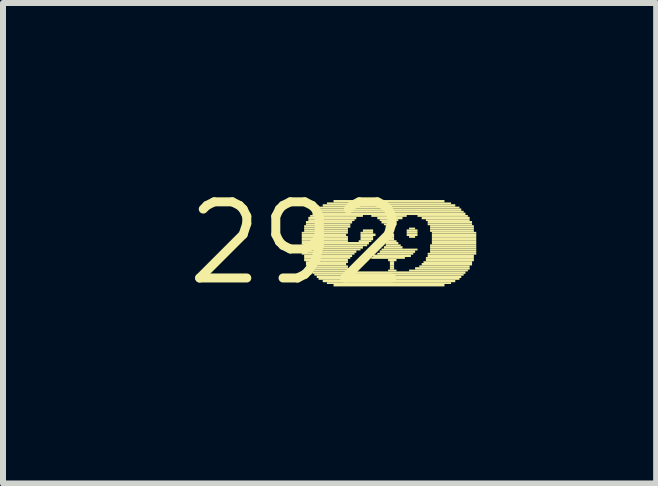
<source format=kicad_pcb>
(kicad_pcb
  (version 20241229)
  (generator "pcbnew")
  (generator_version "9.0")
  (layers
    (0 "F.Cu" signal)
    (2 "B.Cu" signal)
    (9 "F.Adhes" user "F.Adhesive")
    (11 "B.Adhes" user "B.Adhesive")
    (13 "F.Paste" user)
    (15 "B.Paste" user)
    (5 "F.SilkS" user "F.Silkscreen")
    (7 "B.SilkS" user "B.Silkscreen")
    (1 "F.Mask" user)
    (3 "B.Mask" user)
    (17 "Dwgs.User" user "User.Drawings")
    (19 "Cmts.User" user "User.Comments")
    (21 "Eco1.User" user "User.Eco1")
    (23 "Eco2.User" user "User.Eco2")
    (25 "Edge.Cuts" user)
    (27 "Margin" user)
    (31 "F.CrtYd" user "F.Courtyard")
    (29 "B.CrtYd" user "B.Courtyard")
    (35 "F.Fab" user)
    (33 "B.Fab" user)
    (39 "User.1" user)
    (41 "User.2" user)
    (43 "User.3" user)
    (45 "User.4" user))
  (footprint "292"
    (layer "F.Cu")
    (at 1.912 1.006)
    (property "Reference" "292" (at 0 0 0) (layer "F.SilkS") (effects (font (size 1.27 1.27) (thickness 0.15))))
    (fp_poly (pts (xy 0.07 -0.16) (xy 0.84 -0.16) (xy 0.84 -0.19) (xy 0.07 -0.19)) (stroke (width 0) (type default)) (fill yes) (layer "F.SilkS"))
    (fp_poly (pts (xy 0.07 -0.12) (xy 0.81 -0.12) (xy 0.81 -0.16) (xy 0.07 -0.16)) (stroke (width 0) (type default)) (fill yes) (layer "F.SilkS"))
    (fp_poly (pts (xy 0.07 -0.09) (xy 0.84 -0.09) (xy 0.84 -0.12) (xy 0.07 -0.12)) (stroke (width 0) (type default)) (fill yes) (layer "F.SilkS"))
    (fp_poly (pts (xy 0.07 -0.05) (xy 0.84 -0.05) (xy 0.84 -0.09) (xy 0.07 -0.09)) (stroke (width 0) (type default)) (fill yes) (layer "F.SilkS"))
    (fp_poly (pts (xy 0.07 -0.02) (xy 0.84 -0.02) (xy 0.84 -0.05) (xy 0.07 -0.05)) (stroke (width 0) (type default)) (fill yes) (layer "F.SilkS"))
    (fp_poly (pts (xy 0.07 0.02) (xy 1.19 0.02) (xy 1.19 -0.02) (xy 0.07 -0.02)) (stroke (width 0) (type default)) (fill yes) (layer "F.SilkS"))
    (fp_poly (pts (xy 0.07 0.05) (xy 1.16 0.05) (xy 1.16 0.02) (xy 0.07 0.02)) (stroke (width 0) (type default)) (fill yes) (layer "F.SilkS"))
    (fp_poly (pts (xy 0.07 0.09) (xy 1.09 0.09) (xy 1.09 0.05) (xy 0.07 0.05)) (stroke (width 0) (type default)) (fill yes) (layer "F.SilkS"))
    (fp_poly (pts (xy 0.07 0.12) (xy 1.05 0.12) (xy 1.05 0.09) (xy 0.07 0.09)) (stroke (width 0) (type default)) (fill yes) (layer "F.SilkS"))
    (fp_poly (pts (xy 0.07 0.16) (xy 0.98 0.16) (xy 0.98 0.12) (xy 0.07 0.12)) (stroke (width 0) (type default)) (fill yes) (layer "F.SilkS"))
    (fp_poly (pts (xy 0.07 0.19) (xy 0.95 0.19) (xy 0.95 0.16) (xy 0.07 0.16)) (stroke (width 0) (type default)) (fill yes) (layer "F.SilkS"))
    (fp_poly (pts (xy 0.11 -0.26) (xy 0.88 -0.26) (xy 0.88 -0.3) (xy 0.11 -0.3)) (stroke (width 0) (type default)) (fill yes) (layer "F.SilkS"))
    (fp_poly (pts (xy 0.11 -0.23) (xy 0.84 -0.23) (xy 0.84 -0.26) (xy 0.11 -0.26)) (stroke (width 0) (type default)) (fill yes) (layer "F.SilkS"))
    (fp_poly (pts (xy 0.11 -0.19) (xy 0.84 -0.19) (xy 0.84 -0.23) (xy 0.11 -0.23)) (stroke (width 0) (type default)) (fill yes) (layer "F.SilkS"))
    (fp_poly (pts (xy 0.11 0.23) (xy 0.91 0.23) (xy 0.91 0.19) (xy 0.11 0.19)) (stroke (width 0) (type default)) (fill yes) (layer "F.SilkS"))
    (fp_poly (pts (xy 0.11 0.26) (xy 0.88 0.26) (xy 0.88 0.23) (xy 0.11 0.23)) (stroke (width 0) (type default)) (fill yes) (layer "F.SilkS"))
    (fp_poly (pts (xy 0.11 0.3) (xy 0.84 0.3) (xy 0.84 0.26) (xy 0.11 0.26)) (stroke (width 0) (type default)) (fill yes) (layer "F.SilkS"))
    (fp_poly (pts (xy 0.14 -0.33) (xy 0.91 -0.33) (xy 0.91 -0.37) (xy 0.14 -0.37)) (stroke (width 0) (type default)) (fill yes) (layer "F.SilkS"))
    (fp_poly (pts (xy 0.14 -0.3) (xy 0.88 -0.3) (xy 0.88 -0.33) (xy 0.14 -0.33)) (stroke (width 0) (type default)) (fill yes) (layer "F.SilkS"))
    (fp_poly (pts (xy 0.14 0.33) (xy 0.84 0.33) (xy 0.84 0.3) (xy 0.14 0.3)) (stroke (width 0) (type default)) (fill yes) (layer "F.SilkS"))
    (fp_poly (pts (xy 0.14 0.37) (xy 0.81 0.37) (xy 0.81 0.33) (xy 0.14 0.33)) (stroke (width 0) (type default)) (fill yes) (layer "F.SilkS"))
    (fp_poly (pts (xy 0.18 -0.4) (xy 0.98 -0.4) (xy 0.98 -0.44) (xy 0.18 -0.44)) (stroke (width 0) (type default)) (fill yes) (layer "F.SilkS"))
    (fp_poly (pts (xy 0.18 -0.37) (xy 0.95 -0.37) (xy 0.95 -0.4) (xy 0.18 -0.4)) (stroke (width 0) (type default)) (fill yes) (layer "F.SilkS"))
    (fp_poly (pts (xy 0.18 0.4) (xy 0.84 0.4) (xy 0.84 0.37) (xy 0.18 0.37)) (stroke (width 0) (type default)) (fill yes) (layer "F.SilkS"))
    (fp_poly (pts (xy 0.18 0.44) (xy 0.84 0.44) (xy 0.84 0.4) (xy 0.18 0.4)) (stroke (width 0) (type default)) (fill yes) (layer "F.SilkS"))
    (fp_poly (pts (xy 0.21 -0.44) (xy 1.09 -0.44) (xy 1.09 -0.47) (xy 0.21 -0.47)) (stroke (width 0) (type default)) (fill yes) (layer "F.SilkS"))
    (fp_poly (pts (xy 0.21 0.47) (xy 0.88 0.47) (xy 0.88 0.44) (xy 0.21 0.44)) (stroke (width 0) (type default)) (fill yes) (layer "F.SilkS"))
    (fp_poly (pts (xy 0.25 -0.47) (xy 2.8 -0.47) (xy 2.8 -0.51) (xy 0.25 -0.51)) (stroke (width 0) (type default)) (fill yes) (layer "F.SilkS"))
    (fp_poly (pts (xy 0.25 0.51) (xy 2.8 0.51) (xy 2.8 0.47) (xy 0.25 0.47)) (stroke (width 0) (type default)) (fill yes) (layer "F.SilkS"))
    (fp_poly (pts (xy 0.28 -0.51) (xy 2.77 -0.51) (xy 2.77 -0.54) (xy 0.28 -0.54)) (stroke (width 0) (type default)) (fill yes) (layer "F.SilkS"))
    (fp_poly (pts (xy 0.28 0.54) (xy 2.77 0.54) (xy 2.77 0.51) (xy 0.28 0.51)) (stroke (width 0) (type default)) (fill yes) (layer "F.SilkS"))
    (fp_poly (pts (xy 0.32 -0.54) (xy 2.73 -0.54) (xy 2.73 -0.58) (xy 0.32 -0.58)) (stroke (width 0) (type default)) (fill yes) (layer "F.SilkS"))
    (fp_poly (pts (xy 0.32 0.58) (xy 2.73 0.58) (xy 2.73 0.54) (xy 0.32 0.54)) (stroke (width 0) (type default)) (fill yes) (layer "F.SilkS"))
    (fp_poly (pts (xy 0.35 -0.58) (xy 2.7 -0.58) (xy 2.7 -0.61) (xy 0.35 -0.61)) (stroke (width 0) (type default)) (fill yes) (layer "F.SilkS"))
    (fp_poly (pts (xy 0.35 0.61) (xy 2.7 0.61) (xy 2.7 0.58) (xy 0.35 0.58)) (stroke (width 0) (type default)) (fill yes) (layer "F.SilkS"))
    (fp_poly (pts (xy 0.42 -0.61) (xy 2.63 -0.61) (xy 2.63 -0.65) (xy 0.42 -0.65)) (stroke (width 0) (type default)) (fill yes) (layer "F.SilkS"))
    (fp_poly (pts (xy 0.42 0.65) (xy 2.63 0.65) (xy 2.63 0.61) (xy 0.42 0.61)) (stroke (width 0) (type default)) (fill yes) (layer "F.SilkS"))
    (fp_poly (pts (xy 0.49 -0.65) (xy 2.56 -0.65) (xy 2.56 -0.68) (xy 0.49 -0.68)) (stroke (width 0) (type default)) (fill yes) (layer "F.SilkS"))
    (fp_poly (pts (xy 0.49 0.68) (xy 2.56 0.68) (xy 2.56 0.65) (xy 0.49 0.65)) (stroke (width 0) (type default)) (fill yes) (layer "F.SilkS"))
    (fp_poly (pts (xy 0.6 -0.68) (xy 2.45 -0.68) (xy 2.45 -0.72) (xy 0.6 -0.72)) (stroke (width 0) (type default)) (fill yes) (layer "F.SilkS"))
    (fp_poly (pts (xy 0.6 0.72) (xy 2.45 0.72) (xy 2.45 0.68) (xy 0.6 0.68)) (stroke (width 0) (type default)) (fill yes) (layer "F.SilkS"))
    (fp_poly (pts (xy 1.02 -0.02) (xy 1.23 -0.02) (xy 1.23 -0.05) (xy 1.02 -0.05)) (stroke (width 0) (type default)) (fill yes) (layer "F.SilkS"))
    (fp_poly (pts (xy 1.05 -0.16) (xy 1.26 -0.16) (xy 1.26 -0.19) (xy 1.05 -0.19)) (stroke (width 0) (type default)) (fill yes) (layer "F.SilkS"))
    (fp_poly (pts (xy 1.05 -0.12) (xy 1.3 -0.12) (xy 1.3 -0.16) (xy 1.05 -0.16)) (stroke (width 0) (type default)) (fill yes) (layer "F.SilkS"))
    (fp_poly (pts (xy 1.05 -0.09) (xy 1.26 -0.09) (xy 1.26 -0.12) (xy 1.05 -0.12)) (stroke (width 0) (type default)) (fill yes) (layer "F.SilkS"))
    (fp_poly (pts (xy 1.05 -0.05) (xy 1.26 -0.05) (xy 1.26 -0.09) (xy 1.05 -0.09)) (stroke (width 0) (type default)) (fill yes) (layer "F.SilkS"))
    (fp_poly (pts (xy 1.09 -0.19) (xy 1.26 -0.19) (xy 1.26 -0.23) (xy 1.09 -0.23)) (stroke (width 0) (type default)) (fill yes) (layer "F.SilkS"))
    (fp_poly (pts (xy 1.23 -0.44) (xy 1.82 -0.44) (xy 1.82 -0.47) (xy 1.23 -0.47)) (stroke (width 0) (type default)) (fill yes) (layer "F.SilkS"))
    (fp_poly (pts (xy 1.23 0.26) (xy 1.79 0.26) (xy 1.79 0.23) (xy 1.23 0.23)) (stroke (width 0) (type default)) (fill yes) (layer "F.SilkS"))
    (fp_poly (pts (xy 1.26 0.23) (xy 1.89 0.23) (xy 1.89 0.19) (xy 1.26 0.19)) (stroke (width 0) (type default)) (fill yes) (layer "F.SilkS"))
    (fp_poly (pts (xy 1.33 -0.4) (xy 1.75 -0.4) (xy 1.75 -0.44) (xy 1.33 -0.44)) (stroke (width 0) (type default)) (fill yes) (layer "F.SilkS"))
    (fp_poly (pts (xy 1.33 0.19) (xy 1.93 0.19) (xy 1.93 0.16) (xy 1.33 0.16)) (stroke (width 0) (type default)) (fill yes) (layer "F.SilkS"))
    (fp_poly (pts (xy 1.37 -0.37) (xy 1.68 -0.37) (xy 1.68 -0.4) (xy 1.37 -0.4)) (stroke (width 0) (type default)) (fill yes) (layer "F.SilkS"))
    (fp_poly (pts (xy 1.37 0.16) (xy 1.96 0.16) (xy 1.96 0.12) (xy 1.37 0.12)) (stroke (width 0) (type default)) (fill yes) (layer "F.SilkS"))
    (fp_poly (pts (xy 1.4 -0.33) (xy 1.65 -0.33) (xy 1.65 -0.37) (xy 1.4 -0.37)) (stroke (width 0) (type default)) (fill yes) (layer "F.SilkS"))
    (fp_poly (pts (xy 1.4 0.12) (xy 2 0.12) (xy 2 0.09) (xy 1.4 0.09)) (stroke (width 0) (type default)) (fill yes) (layer "F.SilkS"))
    (fp_poly (pts (xy 1.44 -0.3) (xy 1.65 -0.3) (xy 1.65 -0.33) (xy 1.44 -0.33)) (stroke (width 0) (type default)) (fill yes) (layer "F.SilkS"))
    (fp_poly (pts (xy 1.44 0.09) (xy 1.75 0.09) (xy 1.75 0.05) (xy 1.44 0.05)) (stroke (width 0) (type default)) (fill yes) (layer "F.SilkS"))
    (fp_poly (pts (xy 1.47 -0.26) (xy 1.61 -0.26) (xy 1.61 -0.3) (xy 1.47 -0.3)) (stroke (width 0) (type default)) (fill yes) (layer "F.SilkS"))
    (fp_poly (pts (xy 1.47 -0.23) (xy 1.61 -0.23) (xy 1.61 -0.26) (xy 1.47 -0.26)) (stroke (width 0) (type default)) (fill yes) (layer "F.SilkS"))
    (fp_poly (pts (xy 1.47 -0.19) (xy 1.61 -0.19) (xy 1.61 -0.23) (xy 1.47 -0.23)) (stroke (width 0) (type default)) (fill yes) (layer "F.SilkS"))
    (fp_poly (pts (xy 1.47 -0.02) (xy 1.65 -0.02) (xy 1.65 -0.05) (xy 1.47 -0.05)) (stroke (width 0) (type default)) (fill yes) (layer "F.SilkS"))
    (fp_poly (pts (xy 1.47 0.02) (xy 1.68 0.02) (xy 1.68 -0.02) (xy 1.47 -0.02)) (stroke (width 0) (type default)) (fill yes) (layer "F.SilkS"))
    (fp_poly (pts (xy 1.47 0.05) (xy 1.72 0.05) (xy 1.72 0.02) (xy 1.47 0.02)) (stroke (width 0) (type default)) (fill yes) (layer "F.SilkS"))
    (fp_poly (pts (xy 1.51 -0.16) (xy 1.58 -0.16) (xy 1.58 -0.19) (xy 1.51 -0.19)) (stroke (width 0) (type default)) (fill yes) (layer "F.SilkS"))
    (fp_poly (pts (xy 1.51 -0.12) (xy 1.61 -0.12) (xy 1.61 -0.16) (xy 1.51 -0.16)) (stroke (width 0) (type default)) (fill yes) (layer "F.SilkS"))
    (fp_poly (pts (xy 1.51 -0.09) (xy 1.61 -0.09) (xy 1.61 -0.12) (xy 1.51 -0.12)) (stroke (width 0) (type default)) (fill yes) (layer "F.SilkS"))
    (fp_poly (pts (xy 1.51 -0.05) (xy 1.61 -0.05) (xy 1.61 -0.09) (xy 1.51 -0.09)) (stroke (width 0) (type default)) (fill yes) (layer "F.SilkS"))
    (fp_poly (pts (xy 1.51 0.3) (xy 1.65 0.3) (xy 1.65 0.26) (xy 1.51 0.26)) (stroke (width 0) (type default)) (fill yes) (layer "F.SilkS"))
    (fp_poly (pts (xy 1.51 0.47) (xy 1.65 0.47) (xy 1.65 0.44) (xy 1.51 0.44)) (stroke (width 0) (type default)) (fill yes) (layer "F.SilkS"))
    (fp_poly (pts (xy 1.54 0.33) (xy 1.61 0.33) (xy 1.61 0.3) (xy 1.54 0.3)) (stroke (width 0) (type default)) (fill yes) (layer "F.SilkS"))
    (fp_poly (pts (xy 1.54 0.37) (xy 1.61 0.37) (xy 1.61 0.33) (xy 1.54 0.33)) (stroke (width 0) (type default)) (fill yes) (layer "F.SilkS"))
    (fp_poly (pts (xy 1.54 0.4) (xy 1.61 0.4) (xy 1.61 0.37) (xy 1.54 0.37)) (stroke (width 0) (type default)) (fill yes) (layer "F.SilkS"))
    (fp_poly (pts (xy 1.54 0.44) (xy 1.61 0.44) (xy 1.61 0.4) (xy 1.54 0.4)) (stroke (width 0) (type default)) (fill yes) (layer "F.SilkS"))
    (fp_poly (pts (xy 1.82 -0.19) (xy 2 -0.19) (xy 2 -0.23) (xy 1.82 -0.23)) (stroke (width 0) (type default)) (fill yes) (layer "F.SilkS"))
    (fp_poly (pts (xy 1.82 -0.16) (xy 2 -0.16) (xy 2 -0.19) (xy 1.82 -0.19)) (stroke (width 0) (type default)) (fill yes) (layer "F.SilkS"))
    (fp_poly (pts (xy 1.82 -0.12) (xy 2 -0.12) (xy 2 -0.16) (xy 1.82 -0.16)) (stroke (width 0) (type default)) (fill yes) (layer "F.SilkS"))
    (fp_poly (pts (xy 1.86 -0.23) (xy 1.96 -0.23) (xy 1.96 -0.26) (xy 1.86 -0.26)) (stroke (width 0) (type default)) (fill yes) (layer "F.SilkS"))
    (fp_poly (pts (xy 1.86 -0.09) (xy 1.96 -0.09) (xy 1.96 -0.12) (xy 1.86 -0.12)) (stroke (width 0) (type default)) (fill yes) (layer "F.SilkS"))
    (fp_poly (pts (xy 1.86 0.47) (xy 2.84 0.47) (xy 2.84 0.44) (xy 1.86 0.44)) (stroke (width 0) (type default)) (fill yes) (layer "F.SilkS"))
    (fp_poly (pts (xy 1.96 0.44) (xy 2.87 0.44) (xy 2.87 0.4) (xy 1.96 0.4)) (stroke (width 0) (type default)) (fill yes) (layer "F.SilkS"))
    (fp_poly (pts (xy 2 -0.44) (xy 2.84 -0.44) (xy 2.84 -0.47) (xy 2 -0.47)) (stroke (width 0) (type default)) (fill yes) (layer "F.SilkS"))
    (fp_poly (pts (xy 2.03 0.4) (xy 2.87 0.4) (xy 2.87 0.37) (xy 2.03 0.37)) (stroke (width 0) (type default)) (fill yes) (layer "F.SilkS"))
    (fp_poly (pts (xy 2.07 -0.4) (xy 2.87 -0.4) (xy 2.87 -0.44) (xy 2.07 -0.44)) (stroke (width 0) (type default)) (fill yes) (layer "F.SilkS"))
    (fp_poly (pts (xy 2.07 0.37) (xy 2.91 0.37) (xy 2.91 0.33) (xy 2.07 0.33)) (stroke (width 0) (type default)) (fill yes) (layer "F.SilkS"))
    (fp_poly (pts (xy 2.1 0.33) (xy 2.91 0.33) (xy 2.91 0.3) (xy 2.1 0.3)) (stroke (width 0) (type default)) (fill yes) (layer "F.SilkS"))
    (fp_poly (pts (xy 2.14 -0.37) (xy 2.87 -0.37) (xy 2.87 -0.4) (xy 2.14 -0.4)) (stroke (width 0) (type default)) (fill yes) (layer "F.SilkS"))
    (fp_poly (pts (xy 2.14 0.26) (xy 2.94 0.26) (xy 2.94 0.23) (xy 2.14 0.23)) (stroke (width 0) (type default)) (fill yes) (layer "F.SilkS"))
    (fp_poly (pts (xy 2.14 0.3) (xy 2.94 0.3) (xy 2.94 0.26) (xy 2.14 0.26)) (stroke (width 0) (type default)) (fill yes) (layer "F.SilkS"))
    (fp_poly (pts (xy 2.17 -0.33) (xy 2.91 -0.33) (xy 2.91 -0.37) (xy 2.17 -0.37)) (stroke (width 0) (type default)) (fill yes) (layer "F.SilkS"))
    (fp_poly (pts (xy 2.17 -0.3) (xy 2.91 -0.3) (xy 2.91 -0.33) (xy 2.17 -0.33)) (stroke (width 0) (type default)) (fill yes) (layer "F.SilkS"))
    (fp_poly (pts (xy 2.17 0.19) (xy 2.98 0.19) (xy 2.98 0.16) (xy 2.17 0.16)) (stroke (width 0) (type default)) (fill yes) (layer "F.SilkS"))
    (fp_poly (pts (xy 2.17 0.23) (xy 2.94 0.23) (xy 2.94 0.19) (xy 2.17 0.19)) (stroke (width 0) (type default)) (fill yes) (layer "F.SilkS"))
    (fp_poly (pts (xy 2.21 -0.26) (xy 2.94 -0.26) (xy 2.94 -0.3) (xy 2.21 -0.3)) (stroke (width 0) (type default)) (fill yes) (layer "F.SilkS"))
    (fp_poly (pts (xy 2.21 -0.23) (xy 2.94 -0.23) (xy 2.94 -0.26) (xy 2.21 -0.26)) (stroke (width 0) (type default)) (fill yes) (layer "F.SilkS"))
    (fp_poly (pts (xy 2.21 -0.19) (xy 2.94 -0.19) (xy 2.94 -0.23) (xy 2.21 -0.23)) (stroke (width 0) (type default)) (fill yes) (layer "F.SilkS"))
    (fp_poly (pts (xy 2.21 0.05) (xy 2.98 0.05) (xy 2.98 0.02) (xy 2.21 0.02)) (stroke (width 0) (type default)) (fill yes) (layer "F.SilkS"))
    (fp_poly (pts (xy 2.21 0.09) (xy 2.98 0.09) (xy 2.98 0.05) (xy 2.21 0.05)) (stroke (width 0) (type default)) (fill yes) (layer "F.SilkS"))
    (fp_poly (pts (xy 2.21 0.12) (xy 2.98 0.12) (xy 2.98 0.09) (xy 2.21 0.09)) (stroke (width 0) (type default)) (fill yes) (layer "F.SilkS"))
    (fp_poly (pts (xy 2.21 0.16) (xy 2.98 0.16) (xy 2.98 0.12) (xy 2.21 0.12)) (stroke (width 0) (type default)) (fill yes) (layer "F.SilkS"))
    (fp_poly (pts (xy 2.24 -0.16) (xy 2.98 -0.16) (xy 2.98 -0.19) (xy 2.24 -0.19)) (stroke (width 0) (type default)) (fill yes) (layer "F.SilkS"))
    (fp_poly (pts (xy 2.24 -0.12) (xy 2.98 -0.12) (xy 2.98 -0.16) (xy 2.24 -0.16)) (stroke (width 0) (type default)) (fill yes) (layer "F.SilkS"))
    (fp_poly (pts (xy 2.24 -0.09) (xy 2.98 -0.09) (xy 2.98 -0.12) (xy 2.24 -0.12)) (stroke (width 0) (type default)) (fill yes) (layer "F.SilkS"))
    (fp_poly (pts (xy 2.24 -0.05) (xy 2.98 -0.05) (xy 2.98 -0.09) (xy 2.24 -0.09)) (stroke (width 0) (type default)) (fill yes) (layer "F.SilkS"))
    (fp_poly (pts (xy 2.24 -0.02) (xy 2.98 -0.02) (xy 2.98 -0.05) (xy 2.24 -0.05)) (stroke (width 0) (type default)) (fill yes) (layer "F.SilkS"))
    (fp_poly (pts (xy 2.24 0.02) (xy 2.98 0.02) (xy 2.98 -0.02) (xy 2.24 -0.02)) (stroke (width 0) (type default)) (fill yes) (layer "F.SilkS")))
  (gr_rect
    (start -3 -3)
    (end 7.892 5.012)
    (stroke (width 0.1) (type default))
    (fill no)
    (layer "Edge.Cuts")))
</source>
